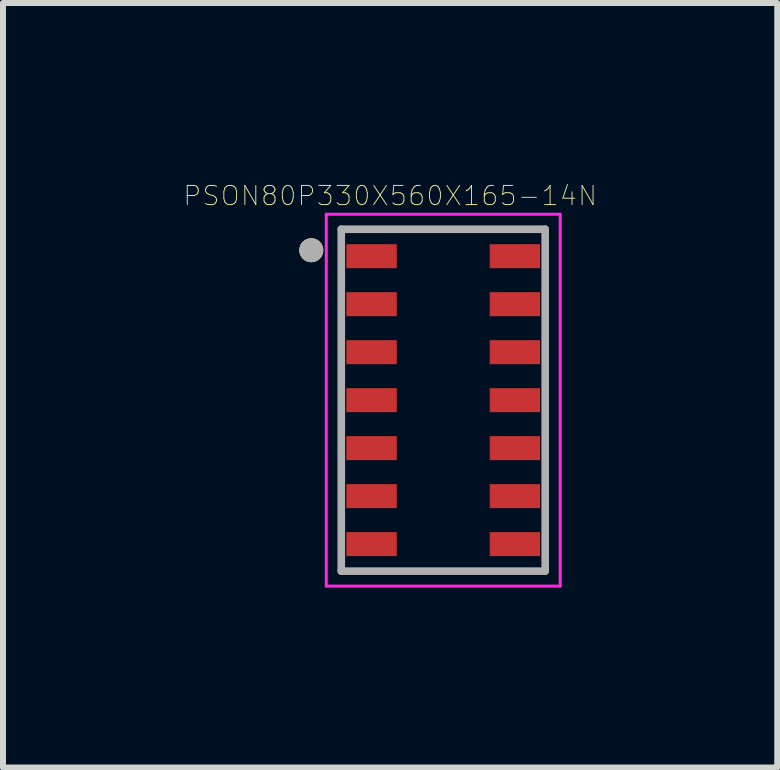
<source format=kicad_pcb>
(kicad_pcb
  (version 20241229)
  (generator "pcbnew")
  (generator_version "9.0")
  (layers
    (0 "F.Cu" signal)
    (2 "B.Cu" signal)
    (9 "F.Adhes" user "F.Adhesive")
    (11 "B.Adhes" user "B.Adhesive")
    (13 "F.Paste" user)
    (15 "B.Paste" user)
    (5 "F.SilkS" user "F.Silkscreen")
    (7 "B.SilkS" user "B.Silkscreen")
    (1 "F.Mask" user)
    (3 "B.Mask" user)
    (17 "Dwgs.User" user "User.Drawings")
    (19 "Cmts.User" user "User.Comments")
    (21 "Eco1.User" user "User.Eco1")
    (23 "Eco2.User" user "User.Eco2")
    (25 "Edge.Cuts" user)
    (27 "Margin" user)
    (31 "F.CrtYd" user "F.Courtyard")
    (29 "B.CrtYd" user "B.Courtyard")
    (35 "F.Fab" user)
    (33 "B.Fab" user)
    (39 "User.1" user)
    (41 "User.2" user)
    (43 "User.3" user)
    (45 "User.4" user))
  (footprint "PSON80P330X560X165-14N"
    (layer "F.Cu")
    (at 4.34 3.622)
    (property "Reference" "PSON80P330X560X165-14N" (at -0.885 -3.408 0) (layer "F.SilkS") (effects (font (size 0.32 0.32) (thickness 0.015))))
    (attr through_hole)
    (fp_circle (center -2.2 -2.5) (end -2.1 -2.5) (stroke (width 0.2) (type solid)) (fill no) (layer "F.SilkS"))
    (fp_line (start -1.95 -3.1) (end 1.95 -3.1) (stroke (width 0.05) (type solid)) (layer "F.CrtYd"))
    (fp_line (start -1.95 3.1) (end -1.95 -3.1) (stroke (width 0.05) (type solid)) (layer "F.CrtYd"))
    (fp_line (start 1.95 -3.1) (end 1.95 3.1) (stroke (width 0.05) (type solid)) (layer "F.CrtYd"))
    (fp_line (start 1.95 3.1) (end -1.95 3.1) (stroke (width 0.05) (type solid)) (layer "F.CrtYd"))
    (fp_line (start -1.7 -2.85) (end 1.7 -2.85) (stroke (width 0.127) (type solid)) (layer "F.Fab"))
    (fp_line (start -1.7 2.85) (end -1.7 -2.85) (stroke (width 0.127) (type solid)) (layer "F.Fab"))
    (fp_line (start 1.7 -2.85) (end 1.7 2.85) (stroke (width 0.127) (type solid)) (layer "F.Fab"))
    (fp_line (start 1.7 2.85) (end -1.7 2.85) (stroke (width 0.127) (type solid)) (layer "F.Fab"))
    (fp_circle (center -2.2 -2.5) (end -2.1 -2.5) (stroke (width 0.2) (type solid)) (fill no) (layer "F.Fab"))
    (pad "1" smd rect (at -1.195 -2.4) (size 0.84 0.4) (layers "F.Cu" "F.Mask" "F.Paste"))
    (pad "2" smd rect (at -1.195 -1.6) (size 0.84 0.4) (layers "F.Cu" "F.Mask" "F.Paste"))
    (pad "3" smd rect (at -1.195 -0.8) (size 0.84 0.4) (layers "F.Cu" "F.Mask" "F.Paste"))
    (pad "4" smd rect (at -1.195 0) (size 0.84 0.4) (layers "F.Cu" "F.Mask" "F.Paste"))
    (pad "5" smd rect (at -1.195 0.8) (size 0.84 0.4) (layers "F.Cu" "F.Mask" "F.Paste"))
    (pad "6" smd rect (at -1.195 1.6) (size 0.84 0.4) (layers "F.Cu" "F.Mask" "F.Paste"))
    (pad "7" smd rect (at -1.195 2.4) (size 0.84 0.4) (layers "F.Cu" "F.Mask" "F.Paste"))
    (pad "8" smd rect (at 1.195 2.4) (size 0.84 0.4) (layers "F.Cu" "F.Mask" "F.Paste"))
    (pad "9" smd rect (at 1.195 1.6) (size 0.84 0.4) (layers "F.Cu" "F.Mask" "F.Paste"))
    (pad "10" smd rect (at 1.195 0.8) (size 0.84 0.4) (layers "F.Cu" "F.Mask" "F.Paste"))
    (pad "11" smd rect (at 1.195 0) (size 0.84 0.4) (layers "F.Cu" "F.Mask" "F.Paste"))
    (pad "12" smd rect (at 1.195 -0.8) (size 0.84 0.4) (layers "F.Cu" "F.Mask" "F.Paste"))
    (pad "13" smd rect (at 1.195 -1.6) (size 0.84 0.4) (layers "F.Cu" "F.Mask" "F.Paste"))
    (pad "14" smd rect (at 1.195 -2.4) (size 0.84 0.4) (layers "F.Cu" "F.Mask" "F.Paste")))
  (gr_rect
    (start -3 -3)
    (end 9.909 9.747)
    (stroke (width 0.1) (type default))
    (fill no)
    (layer "Edge.Cuts")))
</source>
